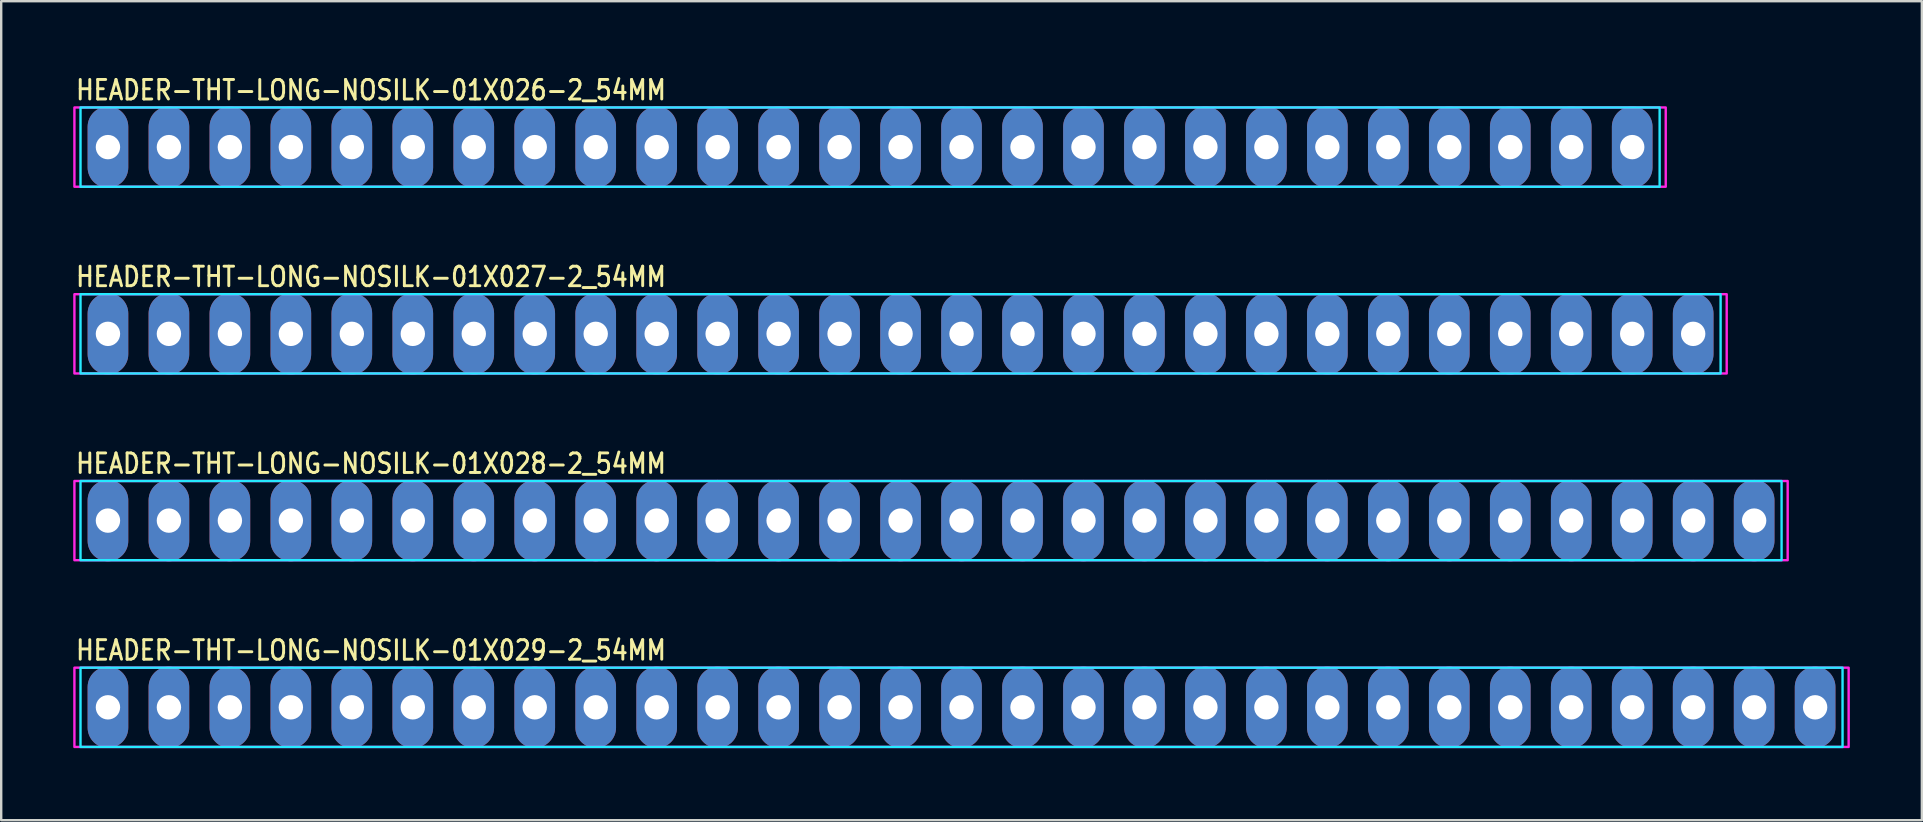
<source format=kicad_pcb>
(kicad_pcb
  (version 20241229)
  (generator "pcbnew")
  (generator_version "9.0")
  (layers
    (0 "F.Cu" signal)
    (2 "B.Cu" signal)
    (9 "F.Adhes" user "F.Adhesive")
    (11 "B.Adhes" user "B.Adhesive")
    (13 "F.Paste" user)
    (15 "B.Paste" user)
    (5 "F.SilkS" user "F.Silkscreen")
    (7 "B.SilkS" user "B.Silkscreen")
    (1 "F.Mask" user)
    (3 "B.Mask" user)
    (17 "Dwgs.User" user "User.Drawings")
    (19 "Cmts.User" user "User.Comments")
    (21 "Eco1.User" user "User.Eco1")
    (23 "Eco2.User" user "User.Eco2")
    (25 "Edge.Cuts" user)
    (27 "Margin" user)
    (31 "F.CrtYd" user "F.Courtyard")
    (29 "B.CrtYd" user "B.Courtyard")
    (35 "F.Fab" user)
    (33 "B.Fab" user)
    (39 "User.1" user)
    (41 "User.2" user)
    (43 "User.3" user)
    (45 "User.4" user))
  (footprint "HEADER-THT-LONG-NOSILK-01X028-2_54MM"
    (layer "F.Cu")
    (at 1.447 18.638)
    (property "Reference" "HEADER-THT-LONG-NOSILK-01X028-2_54MM" (at -1.4 -1.9 0) (unlocked yes) (layer "F.SilkS") (effects (font (size 0.813 0.695) (thickness 0.122)) (justify left bottom)))
    (fp_poly (pts (xy -1.143 -1.651) (xy 69.723 -1.651) (xy 69.723 1.651) (xy -1.143 1.651)) (stroke (width 0.1) (type solid)) (fill no) (layer "B.CrtYd"))
    (fp_poly (pts (xy -1.397 -1.651) (xy 69.977 -1.651) (xy 69.977 1.651) (xy -1.397 1.651)) (stroke (width 0.1) (type solid)) (fill no) (layer "F.CrtYd"))
    (pad "P$1" thru_hole oval (at 0 0 90) (size 3.387 1.693) (drill 1.016) (layers "*.Cu" "*.Mask"))
    (pad "P$2" thru_hole oval (at 2.54 0 90) (size 3.387 1.693) (drill 1.016) (layers "*.Cu" "*.Mask"))
    (pad "P$3" thru_hole oval (at 5.08 0 90) (size 3.387 1.693) (drill 1.016) (layers "*.Cu" "*.Mask"))
    (pad "P$4" thru_hole oval (at 7.62 0 90) (size 3.387 1.693) (drill 1.016) (layers "*.Cu" "*.Mask"))
    (pad "P$5" thru_hole oval (at 10.16 0 90) (size 3.387 1.693) (drill 1.016) (layers "*.Cu" "*.Mask"))
    (pad "P$6" thru_hole oval (at 12.7 0 90) (size 3.387 1.693) (drill 1.016) (layers "*.Cu" "*.Mask"))
    (pad "P$7" thru_hole oval (at 15.24 0 90) (size 3.387 1.693) (drill 1.016) (layers "*.Cu" "*.Mask"))
    (pad "P$8" thru_hole oval (at 17.78 0 90) (size 3.387 1.693) (drill 1.016) (layers "*.Cu" "*.Mask"))
    (pad "P$9" thru_hole oval (at 20.32 0 90) (size 3.387 1.693) (drill 1.016) (layers "*.Cu" "*.Mask"))
    (pad "P$10" thru_hole oval (at 22.86 0 90) (size 3.387 1.693) (drill 1.016) (layers "*.Cu" "*.Mask"))
    (pad "P$11" thru_hole oval (at 25.4 0 90) (size 3.387 1.693) (drill 1.016) (layers "*.Cu" "*.Mask"))
    (pad "P$12" thru_hole oval (at 27.94 0 90) (size 3.387 1.693) (drill 1.016) (layers "*.Cu" "*.Mask"))
    (pad "P$13" thru_hole oval (at 30.48 0 90) (size 3.387 1.693) (drill 1.016) (layers "*.Cu" "*.Mask"))
    (pad "P$14" thru_hole oval (at 33.02 0 90) (size 3.387 1.693) (drill 1.016) (layers "*.Cu" "*.Mask"))
    (pad "P$15" thru_hole oval (at 35.56 0 90) (size 3.387 1.693) (drill 1.016) (layers "*.Cu" "*.Mask"))
    (pad "P$16" thru_hole oval (at 38.1 0 90) (size 3.387 1.693) (drill 1.016) (layers "*.Cu" "*.Mask"))
    (pad "P$17" thru_hole oval (at 40.64 0 90) (size 3.387 1.693) (drill 1.016) (layers "*.Cu" "*.Mask"))
    (pad "P$18" thru_hole oval (at 43.18 0 90) (size 3.387 1.693) (drill 1.016) (layers "*.Cu" "*.Mask"))
    (pad "P$19" thru_hole oval (at 45.72 0 90) (size 3.387 1.693) (drill 1.016) (layers "*.Cu" "*.Mask"))
    (pad "P$20" thru_hole oval (at 48.26 0 90) (size 3.387 1.693) (drill 1.016) (layers "*.Cu" "*.Mask"))
    (pad "P$21" thru_hole oval (at 50.8 0 90) (size 3.387 1.693) (drill 1.016) (layers "*.Cu" "*.Mask"))
    (pad "P$22" thru_hole oval (at 53.34 0 90) (size 3.387 1.693) (drill 1.016) (layers "*.Cu" "*.Mask"))
    (pad "P$23" thru_hole oval (at 55.88 0 90) (size 3.387 1.693) (drill 1.016) (layers "*.Cu" "*.Mask"))
    (pad "P$24" thru_hole oval (at 58.42 0 90) (size 3.387 1.693) (drill 1.016) (layers "*.Cu" "*.Mask"))
    (pad "P$25" thru_hole oval (at 60.96 0 90) (size 3.387 1.693) (drill 1.016) (layers "*.Cu" "*.Mask"))
    (pad "P$26" thru_hole oval (at 63.5 0 90) (size 3.387 1.693) (drill 1.016) (layers "*.Cu" "*.Mask"))
    (pad "P$27" thru_hole oval (at 66.04 0 90) (size 3.387 1.693) (drill 1.016) (layers "*.Cu" "*.Mask"))
    (pad "P$28" thru_hole oval (at 68.58 0 90) (size 3.387 1.693) (drill 1.016) (layers "*.Cu" "*.Mask")))
  (footprint "HEADER-THT-LONG-NOSILK-01X027-2_54MM"
    (layer "F.Cu")
    (at 1.447 10.858)
    (property "Reference" "HEADER-THT-LONG-NOSILK-01X027-2_54MM" (at -1.4 -1.9 0) (unlocked yes) (layer "F.SilkS") (effects (font (size 0.813 0.695) (thickness 0.122)) (justify left bottom)))
    (fp_poly (pts (xy -1.143 -1.651) (xy 67.183 -1.651) (xy 67.183 1.651) (xy -1.143 1.651)) (stroke (width 0.1) (type solid)) (fill no) (layer "B.CrtYd"))
    (fp_poly (pts (xy -1.397 -1.651) (xy 67.437 -1.651) (xy 67.437 1.651) (xy -1.397 1.651)) (stroke (width 0.1) (type solid)) (fill no) (layer "F.CrtYd"))
    (pad "P$1" thru_hole oval (at 0 0 90) (size 3.387 1.693) (drill 1.016) (layers "*.Cu" "*.Mask"))
    (pad "P$2" thru_hole oval (at 2.54 0 90) (size 3.387 1.693) (drill 1.016) (layers "*.Cu" "*.Mask"))
    (pad "P$3" thru_hole oval (at 5.08 0 90) (size 3.387 1.693) (drill 1.016) (layers "*.Cu" "*.Mask"))
    (pad "P$4" thru_hole oval (at 7.62 0 90) (size 3.387 1.693) (drill 1.016) (layers "*.Cu" "*.Mask"))
    (pad "P$5" thru_hole oval (at 10.16 0 90) (size 3.387 1.693) (drill 1.016) (layers "*.Cu" "*.Mask"))
    (pad "P$6" thru_hole oval (at 12.7 0 90) (size 3.387 1.693) (drill 1.016) (layers "*.Cu" "*.Mask"))
    (pad "P$7" thru_hole oval (at 15.24 0 90) (size 3.387 1.693) (drill 1.016) (layers "*.Cu" "*.Mask"))
    (pad "P$8" thru_hole oval (at 17.78 0 90) (size 3.387 1.693) (drill 1.016) (layers "*.Cu" "*.Mask"))
    (pad "P$9" thru_hole oval (at 20.32 0 90) (size 3.387 1.693) (drill 1.016) (layers "*.Cu" "*.Mask"))
    (pad "P$10" thru_hole oval (at 22.86 0 90) (size 3.387 1.693) (drill 1.016) (layers "*.Cu" "*.Mask"))
    (pad "P$11" thru_hole oval (at 25.4 0 90) (size 3.387 1.693) (drill 1.016) (layers "*.Cu" "*.Mask"))
    (pad "P$12" thru_hole oval (at 27.94 0 90) (size 3.387 1.693) (drill 1.016) (layers "*.Cu" "*.Mask"))
    (pad "P$13" thru_hole oval (at 30.48 0 90) (size 3.387 1.693) (drill 1.016) (layers "*.Cu" "*.Mask"))
    (pad "P$14" thru_hole oval (at 33.02 0 90) (size 3.387 1.693) (drill 1.016) (layers "*.Cu" "*.Mask"))
    (pad "P$15" thru_hole oval (at 35.56 0 90) (size 3.387 1.693) (drill 1.016) (layers "*.Cu" "*.Mask"))
    (pad "P$16" thru_hole oval (at 38.1 0 90) (size 3.387 1.693) (drill 1.016) (layers "*.Cu" "*.Mask"))
    (pad "P$17" thru_hole oval (at 40.64 0 90) (size 3.387 1.693) (drill 1.016) (layers "*.Cu" "*.Mask"))
    (pad "P$18" thru_hole oval (at 43.18 0 90) (size 3.387 1.693) (drill 1.016) (layers "*.Cu" "*.Mask"))
    (pad "P$19" thru_hole oval (at 45.72 0 90) (size 3.387 1.693) (drill 1.016) (layers "*.Cu" "*.Mask"))
    (pad "P$20" thru_hole oval (at 48.26 0 90) (size 3.387 1.693) (drill 1.016) (layers "*.Cu" "*.Mask"))
    (pad "P$21" thru_hole oval (at 50.8 0 90) (size 3.387 1.693) (drill 1.016) (layers "*.Cu" "*.Mask"))
    (pad "P$22" thru_hole oval (at 53.34 0 90) (size 3.387 1.693) (drill 1.016) (layers "*.Cu" "*.Mask"))
    (pad "P$23" thru_hole oval (at 55.88 0 90) (size 3.387 1.693) (drill 1.016) (layers "*.Cu" "*.Mask"))
    (pad "P$24" thru_hole oval (at 58.42 0 90) (size 3.387 1.693) (drill 1.016) (layers "*.Cu" "*.Mask"))
    (pad "P$25" thru_hole oval (at 60.96 0 90) (size 3.387 1.693) (drill 1.016) (layers "*.Cu" "*.Mask"))
    (pad "P$26" thru_hole oval (at 63.5 0 90) (size 3.387 1.693) (drill 1.016) (layers "*.Cu" "*.Mask"))
    (pad "P$27" thru_hole oval (at 66.04 0 90) (size 3.387 1.693) (drill 1.016) (layers "*.Cu" "*.Mask")))
  (footprint "HEADER-THT-LONG-NOSILK-01X026-2_54MM"
    (layer "F.Cu")
    (at 1.447 3.079)
    (property "Reference" "HEADER-THT-LONG-NOSILK-01X026-2_54MM" (at -1.4 -1.9 0) (unlocked yes) (layer "F.SilkS") (effects (font (size 0.813 0.695) (thickness 0.122)) (justify left bottom)))
    (fp_poly (pts (xy -1.143 -1.651) (xy 64.643 -1.651) (xy 64.643 1.651) (xy -1.143 1.651)) (stroke (width 0.1) (type solid)) (fill no) (layer "B.CrtYd"))
    (fp_poly (pts (xy -1.397 -1.651) (xy 64.897 -1.651) (xy 64.897 1.651) (xy -1.397 1.651)) (stroke (width 0.1) (type solid)) (fill no) (layer "F.CrtYd"))
    (pad "P$1" thru_hole oval (at 0 0 90) (size 3.387 1.693) (drill 1.016) (layers "*.Cu" "*.Mask"))
    (pad "P$2" thru_hole oval (at 2.54 0 90) (size 3.387 1.693) (drill 1.016) (layers "*.Cu" "*.Mask"))
    (pad "P$3" thru_hole oval (at 5.08 0 90) (size 3.387 1.693) (drill 1.016) (layers "*.Cu" "*.Mask"))
    (pad "P$4" thru_hole oval (at 7.62 0 90) (size 3.387 1.693) (drill 1.016) (layers "*.Cu" "*.Mask"))
    (pad "P$5" thru_hole oval (at 10.16 0 90) (size 3.387 1.693) (drill 1.016) (layers "*.Cu" "*.Mask"))
    (pad "P$6" thru_hole oval (at 12.7 0 90) (size 3.387 1.693) (drill 1.016) (layers "*.Cu" "*.Mask"))
    (pad "P$7" thru_hole oval (at 15.24 0 90) (size 3.387 1.693) (drill 1.016) (layers "*.Cu" "*.Mask"))
    (pad "P$8" thru_hole oval (at 17.78 0 90) (size 3.387 1.693) (drill 1.016) (layers "*.Cu" "*.Mask"))
    (pad "P$9" thru_hole oval (at 20.32 0 90) (size 3.387 1.693) (drill 1.016) (layers "*.Cu" "*.Mask"))
    (pad "P$10" thru_hole oval (at 22.86 0 90) (size 3.387 1.693) (drill 1.016) (layers "*.Cu" "*.Mask"))
    (pad "P$11" thru_hole oval (at 25.4 0 90) (size 3.387 1.693) (drill 1.016) (layers "*.Cu" "*.Mask"))
    (pad "P$12" thru_hole oval (at 27.94 0 90) (size 3.387 1.693) (drill 1.016) (layers "*.Cu" "*.Mask"))
    (pad "P$13" thru_hole oval (at 30.48 0 90) (size 3.387 1.693) (drill 1.016) (layers "*.Cu" "*.Mask"))
    (pad "P$14" thru_hole oval (at 33.02 0 90) (size 3.387 1.693) (drill 1.016) (layers "*.Cu" "*.Mask"))
    (pad "P$15" thru_hole oval (at 35.56 0 90) (size 3.387 1.693) (drill 1.016) (layers "*.Cu" "*.Mask"))
    (pad "P$16" thru_hole oval (at 38.1 0 90) (size 3.387 1.693) (drill 1.016) (layers "*.Cu" "*.Mask"))
    (pad "P$17" thru_hole oval (at 40.64 0 90) (size 3.387 1.693) (drill 1.016) (layers "*.Cu" "*.Mask"))
    (pad "P$18" thru_hole oval (at 43.18 0 90) (size 3.387 1.693) (drill 1.016) (layers "*.Cu" "*.Mask"))
    (pad "P$19" thru_hole oval (at 45.72 0 90) (size 3.387 1.693) (drill 1.016) (layers "*.Cu" "*.Mask"))
    (pad "P$20" thru_hole oval (at 48.26 0 90) (size 3.387 1.693) (drill 1.016) (layers "*.Cu" "*.Mask"))
    (pad "P$21" thru_hole oval (at 50.8 0 90) (size 3.387 1.693) (drill 1.016) (layers "*.Cu" "*.Mask"))
    (pad "P$22" thru_hole oval (at 53.34 0 90) (size 3.387 1.693) (drill 1.016) (layers "*.Cu" "*.Mask"))
    (pad "P$23" thru_hole oval (at 55.88 0 90) (size 3.387 1.693) (drill 1.016) (layers "*.Cu" "*.Mask"))
    (pad "P$24" thru_hole oval (at 58.42 0 90) (size 3.387 1.693) (drill 1.016) (layers "*.Cu" "*.Mask"))
    (pad "P$25" thru_hole oval (at 60.96 0 90) (size 3.387 1.693) (drill 1.016) (layers "*.Cu" "*.Mask"))
    (pad "P$26" thru_hole oval (at 63.5 0 90) (size 3.387 1.693) (drill 1.016) (layers "*.Cu" "*.Mask")))
  (footprint "HEADER-THT-LONG-NOSILK-01X029-2_54MM"
    (layer "F.Cu")
    (at 1.447 26.417)
    (property "Reference" "HEADER-THT-LONG-NOSILK-01X029-2_54MM" (at -1.4 -1.9 0) (unlocked yes) (layer "F.SilkS") (effects (font (size 0.813 0.695) (thickness 0.122)) (justify left bottom)))
    (fp_poly (pts (xy -1.143 -1.651) (xy 72.263 -1.651) (xy 72.263 1.651) (xy -1.143 1.651)) (stroke (width 0.1) (type solid)) (fill no) (layer "B.CrtYd"))
    (fp_poly (pts (xy -1.397 -1.651) (xy 72.517 -1.651) (xy 72.517 1.651) (xy -1.397 1.651)) (stroke (width 0.1) (type solid)) (fill no) (layer "F.CrtYd"))
    (pad "P$1" thru_hole oval (at 0 0 90) (size 3.387 1.693) (drill 1.016) (layers "*.Cu" "*.Mask"))
    (pad "P$2" thru_hole oval (at 2.54 0 90) (size 3.387 1.693) (drill 1.016) (layers "*.Cu" "*.Mask"))
    (pad "P$3" thru_hole oval (at 5.08 0 90) (size 3.387 1.693) (drill 1.016) (layers "*.Cu" "*.Mask"))
    (pad "P$4" thru_hole oval (at 7.62 0 90) (size 3.387 1.693) (drill 1.016) (layers "*.Cu" "*.Mask"))
    (pad "P$5" thru_hole oval (at 10.16 0 90) (size 3.387 1.693) (drill 1.016) (layers "*.Cu" "*.Mask"))
    (pad "P$6" thru_hole oval (at 12.7 0 90) (size 3.387 1.693) (drill 1.016) (layers "*.Cu" "*.Mask"))
    (pad "P$7" thru_hole oval (at 15.24 0 90) (size 3.387 1.693) (drill 1.016) (layers "*.Cu" "*.Mask"))
    (pad "P$8" thru_hole oval (at 17.78 0 90) (size 3.387 1.693) (drill 1.016) (layers "*.Cu" "*.Mask"))
    (pad "P$9" thru_hole oval (at 20.32 0 90) (size 3.387 1.693) (drill 1.016) (layers "*.Cu" "*.Mask"))
    (pad "P$10" thru_hole oval (at 22.86 0 90) (size 3.387 1.693) (drill 1.016) (layers "*.Cu" "*.Mask"))
    (pad "P$11" thru_hole oval (at 25.4 0 90) (size 3.387 1.693) (drill 1.016) (layers "*.Cu" "*.Mask"))
    (pad "P$12" thru_hole oval (at 27.94 0 90) (size 3.387 1.693) (drill 1.016) (layers "*.Cu" "*.Mask"))
    (pad "P$13" thru_hole oval (at 30.48 0 90) (size 3.387 1.693) (drill 1.016) (layers "*.Cu" "*.Mask"))
    (pad "P$14" thru_hole oval (at 33.02 0 90) (size 3.387 1.693) (drill 1.016) (layers "*.Cu" "*.Mask"))
    (pad "P$15" thru_hole oval (at 35.56 0 90) (size 3.387 1.693) (drill 1.016) (layers "*.Cu" "*.Mask"))
    (pad "P$16" thru_hole oval (at 38.1 0 90) (size 3.387 1.693) (drill 1.016) (layers "*.Cu" "*.Mask"))
    (pad "P$17" thru_hole oval (at 40.64 0 90) (size 3.387 1.693) (drill 1.016) (layers "*.Cu" "*.Mask"))
    (pad "P$18" thru_hole oval (at 43.18 0 90) (size 3.387 1.693) (drill 1.016) (layers "*.Cu" "*.Mask"))
    (pad "P$19" thru_hole oval (at 45.72 0 90) (size 3.387 1.693) (drill 1.016) (layers "*.Cu" "*.Mask"))
    (pad "P$20" thru_hole oval (at 48.26 0 90) (size 3.387 1.693) (drill 1.016) (layers "*.Cu" "*.Mask"))
    (pad "P$21" thru_hole oval (at 50.8 0 90) (size 3.387 1.693) (drill 1.016) (layers "*.Cu" "*.Mask"))
    (pad "P$22" thru_hole oval (at 53.34 0 90) (size 3.387 1.693) (drill 1.016) (layers "*.Cu" "*.Mask"))
    (pad "P$23" thru_hole oval (at 55.88 0 90) (size 3.387 1.693) (drill 1.016) (layers "*.Cu" "*.Mask"))
    (pad "P$24" thru_hole oval (at 58.42 0 90) (size 3.387 1.693) (drill 1.016) (layers "*.Cu" "*.Mask"))
    (pad "P$25" thru_hole oval (at 60.96 0 90) (size 3.387 1.693) (drill 1.016) (layers "*.Cu" "*.Mask"))
    (pad "P$26" thru_hole oval (at 63.5 0 90) (size 3.387 1.693) (drill 1.016) (layers "*.Cu" "*.Mask"))
    (pad "P$27" thru_hole oval (at 66.04 0 90) (size 3.387 1.693) (drill 1.016) (layers "*.Cu" "*.Mask"))
    (pad "P$28" thru_hole oval (at 68.58 0 90) (size 3.387 1.693) (drill 1.016) (layers "*.Cu" "*.Mask"))
    (pad "P$29" thru_hole oval (at 71.12 0 90) (size 3.387 1.693) (drill 1.016) (layers "*.Cu" "*.Mask")))
  (gr_rect
    (start -3 -3)
    (end 77.014 31.118)
    (stroke (width 0.1) (type default))
    (fill no)
    (layer "Edge.Cuts")))
</source>
